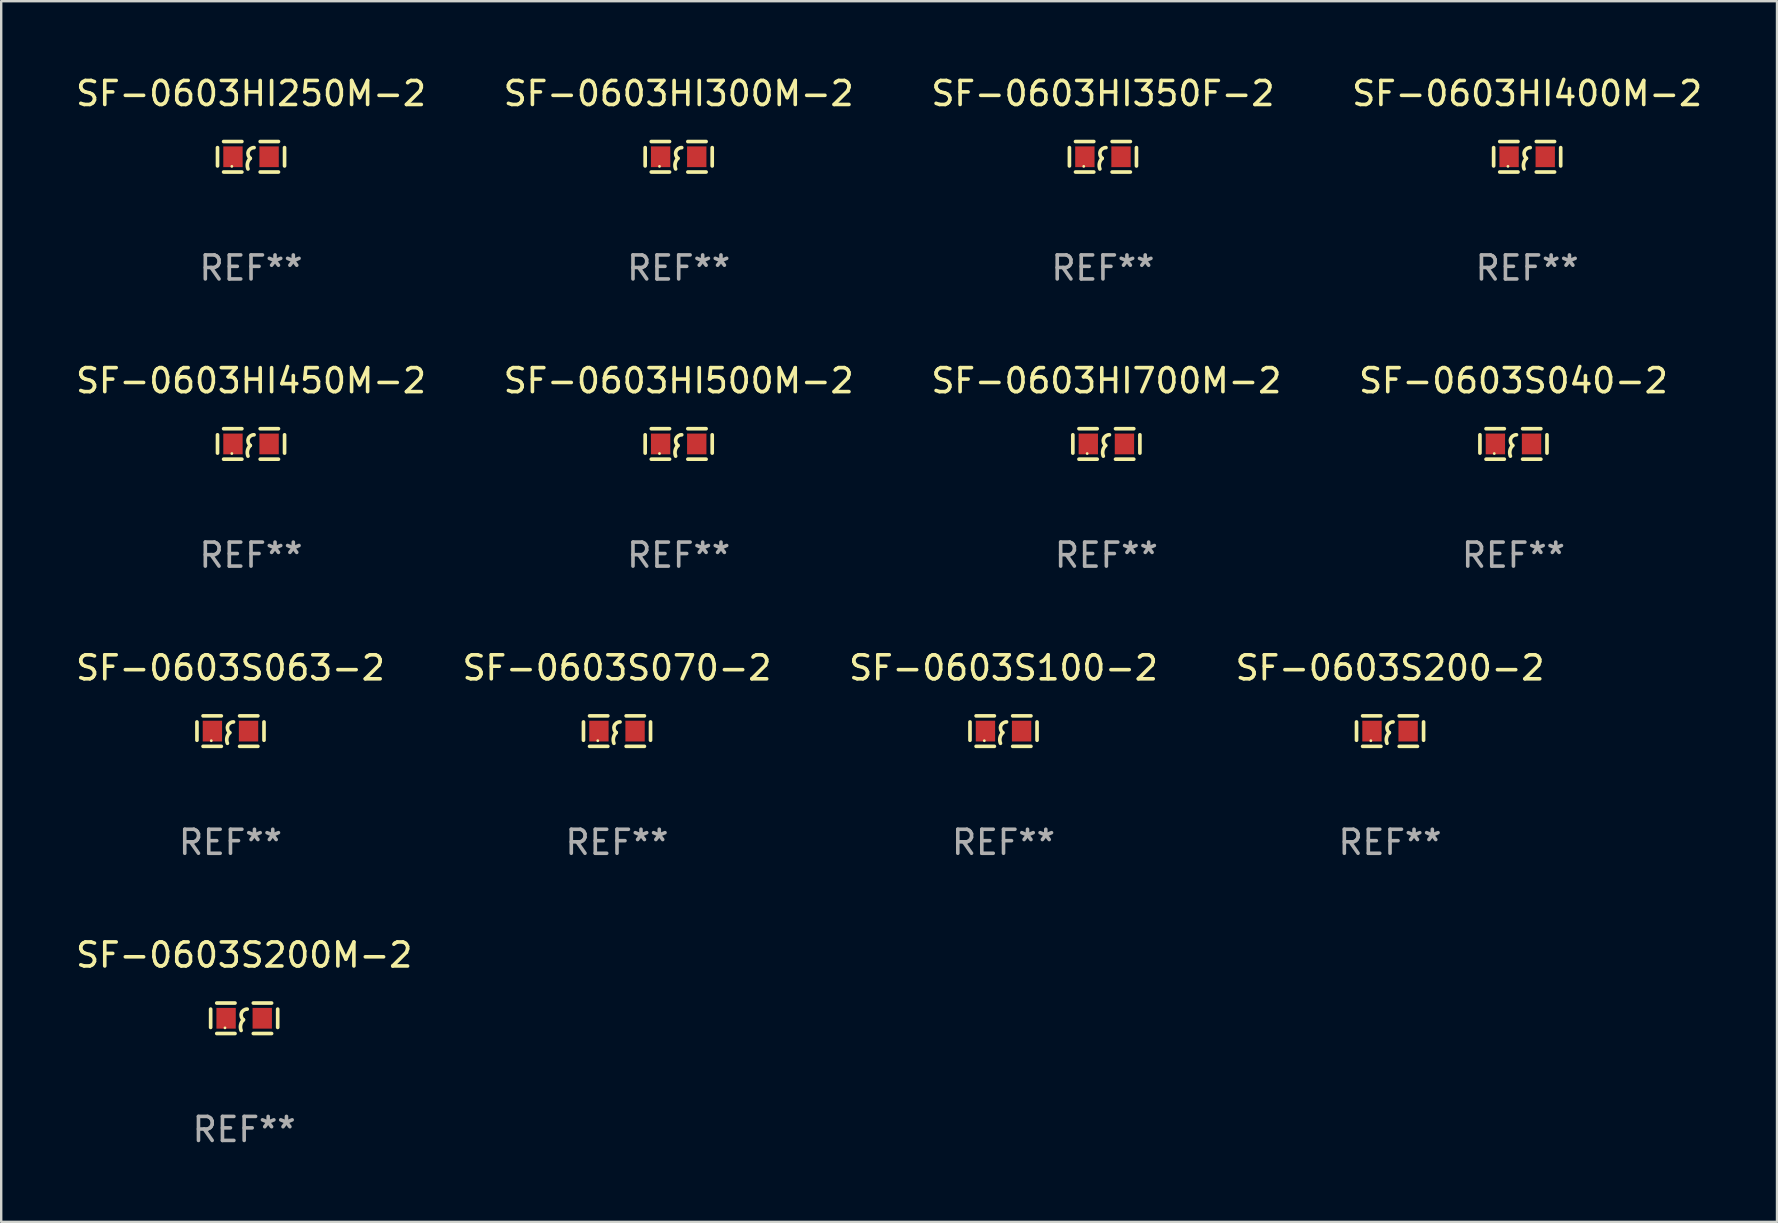
<source format=kicad_pcb>
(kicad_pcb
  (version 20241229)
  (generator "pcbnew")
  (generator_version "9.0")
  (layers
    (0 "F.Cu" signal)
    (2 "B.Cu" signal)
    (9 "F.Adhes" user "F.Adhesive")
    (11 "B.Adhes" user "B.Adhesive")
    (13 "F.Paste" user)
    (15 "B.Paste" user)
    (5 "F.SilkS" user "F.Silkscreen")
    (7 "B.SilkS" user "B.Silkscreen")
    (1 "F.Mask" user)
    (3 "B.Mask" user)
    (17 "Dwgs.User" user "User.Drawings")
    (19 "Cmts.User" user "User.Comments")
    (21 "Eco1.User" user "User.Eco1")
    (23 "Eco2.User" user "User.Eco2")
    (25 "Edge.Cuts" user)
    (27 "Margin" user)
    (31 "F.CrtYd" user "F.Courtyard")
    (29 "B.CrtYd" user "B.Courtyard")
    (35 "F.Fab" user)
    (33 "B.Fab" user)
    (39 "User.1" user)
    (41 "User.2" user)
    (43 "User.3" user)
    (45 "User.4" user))
  (footprint "SF-0603S100-2"
    (layer "F.Cu")
    (at 38.768 27.416)
    (property "Reference" "SF-0603S100-2" (at 0 -2.635 0) (layer "F.SilkS") (effects (font (size 1 1) (thickness 0.15))))
    (attr through_hole)
    (fp_line (start -1.397 -0.381) (end -1.397 0.381) (stroke (width 0.152) (type solid)) (layer "F.SilkS"))
    (fp_line (start -0.381 -0.635) (end -1.143 -0.635) (stroke (width 0.152) (type solid)) (layer "F.SilkS"))
    (fp_line (start -0.381 0.635) (end -1.143 0.635) (stroke (width 0.152) (type solid)) (layer "F.SilkS"))
    (fp_line (start 0.381 -0.635) (end 1.143 -0.635) (stroke (width 0.152) (type solid)) (layer "F.SilkS"))
    (fp_line (start 0.381 0.635) (end 1.143 0.635) (stroke (width 0.152) (type solid)) (layer "F.SilkS"))
    (fp_line (start 1.397 -0.381) (end 1.397 0.381) (stroke (width 0.152) (type solid)) (layer "F.SilkS"))
    (fp_arc (start -0.127 0.508001) (mid -0.146523 0.271131) (end -0.030861 0.0635) (stroke (width 0.151994) (type solid)) (layer "F.SilkS"))
    (fp_arc (start -0.03175 0.0635) (mid -0.113571 -0.216321) (end 0.127001 -0.381002) (stroke (width 0.151994) (type solid)) (layer "F.SilkS"))
    (fp_circle (center -0.8 0.4) (end -0.77 0.4) (stroke (width 0.06) (type solid)) (fill no) (layer "F.SilkS"))
    (fp_text user "REF**" (at 0 4.635 0) (layer "F.Fab") (effects (font (size 1 1) (thickness 0.15))))
    (pad "1" smd rect (at -0.753 0) (size 0.806 0.864) (layers "F.Cu" "F.Mask" "F.Paste"))
    (pad "2" smd rect (at 0.753 0) (size 0.806 0.864) (layers "F.Cu" "F.Mask" "F.Paste")))
  (footprint "SF-0603HI350F-2"
    (layer "F.Cu")
    (at 42.911 3.483)
    (property "Reference" "SF-0603HI350F-2" (at 0 -2.635 0) (layer "F.SilkS") (effects (font (size 1 1) (thickness 0.15))))
    (attr through_hole)
    (fp_line (start -1.397 -0.381) (end -1.397 0.381) (stroke (width 0.152) (type solid)) (layer "F.SilkS"))
    (fp_line (start -0.381 -0.635) (end -1.143 -0.635) (stroke (width 0.152) (type solid)) (layer "F.SilkS"))
    (fp_line (start -0.381 0.635) (end -1.143 0.635) (stroke (width 0.152) (type solid)) (layer "F.SilkS"))
    (fp_line (start 0.381 -0.635) (end 1.143 -0.635) (stroke (width 0.152) (type solid)) (layer "F.SilkS"))
    (fp_line (start 0.381 0.635) (end 1.143 0.635) (stroke (width 0.152) (type solid)) (layer "F.SilkS"))
    (fp_line (start 1.397 -0.381) (end 1.397 0.381) (stroke (width 0.152) (type solid)) (layer "F.SilkS"))
    (fp_arc (start -0.127 0.508001) (mid -0.146523 0.271131) (end -0.030861 0.0635) (stroke (width 0.151994) (type solid)) (layer "F.SilkS"))
    (fp_arc (start -0.03175 0.0635) (mid -0.113571 -0.216321) (end 0.127001 -0.381002) (stroke (width 0.151994) (type solid)) (layer "F.SilkS"))
    (fp_circle (center -0.8 0.4) (end -0.77 0.4) (stroke (width 0.06) (type solid)) (fill no) (layer "F.SilkS"))
    (fp_text user "REF**" (at 0 4.635 0) (layer "F.Fab") (effects (font (size 1 1) (thickness 0.15))))
    (pad "1" smd rect (at -0.753 0) (size 0.806 0.864) (layers "F.Cu" "F.Mask" "F.Paste"))
    (pad "2" smd rect (at 0.753 0) (size 0.806 0.864) (layers "F.Cu" "F.Mask" "F.Paste")))
  (footprint "SF-0603HI500M-2"
    (layer "F.Cu")
    (at 25.232 15.45)
    (property "Reference" "SF-0603HI500M-2" (at 0 -2.635 0) (layer "F.SilkS") (effects (font (size 1 1) (thickness 0.15))))
    (attr through_hole)
    (fp_line (start -1.397 -0.381) (end -1.397 0.381) (stroke (width 0.152) (type solid)) (layer "F.SilkS"))
    (fp_line (start -0.381 -0.635) (end -1.143 -0.635) (stroke (width 0.152) (type solid)) (layer "F.SilkS"))
    (fp_line (start -0.381 0.635) (end -1.143 0.635) (stroke (width 0.152) (type solid)) (layer "F.SilkS"))
    (fp_line (start 0.381 -0.635) (end 1.143 -0.635) (stroke (width 0.152) (type solid)) (layer "F.SilkS"))
    (fp_line (start 0.381 0.635) (end 1.143 0.635) (stroke (width 0.152) (type solid)) (layer "F.SilkS"))
    (fp_line (start 1.397 -0.381) (end 1.397 0.381) (stroke (width 0.152) (type solid)) (layer "F.SilkS"))
    (fp_arc (start -0.127 0.508001) (mid -0.146523 0.271131) (end -0.030861 0.0635) (stroke (width 0.151994) (type solid)) (layer "F.SilkS"))
    (fp_arc (start -0.03175 0.0635) (mid -0.113571 -0.216321) (end 0.127001 -0.381002) (stroke (width 0.151994) (type solid)) (layer "F.SilkS"))
    (fp_circle (center -0.8 0.4) (end -0.77 0.4) (stroke (width 0.06) (type solid)) (fill no) (layer "F.SilkS"))
    (fp_text user "REF**" (at 0 4.635 0) (layer "F.Fab") (effects (font (size 1 1) (thickness 0.15))))
    (pad "1" smd rect (at -0.753 0) (size 0.806 0.864) (layers "F.Cu" "F.Mask" "F.Paste"))
    (pad "2" smd rect (at 0.753 0) (size 0.806 0.864) (layers "F.Cu" "F.Mask" "F.Paste")))
  (footprint "SF-0603HI300M-2"
    (layer "F.Cu")
    (at 25.232 3.483)
    (property "Reference" "SF-0603HI300M-2" (at 0 -2.635 0) (layer "F.SilkS") (effects (font (size 1 1) (thickness 0.15))))
    (attr through_hole)
    (fp_line (start -1.397 -0.381) (end -1.397 0.381) (stroke (width 0.152) (type solid)) (layer "F.SilkS"))
    (fp_line (start -0.381 -0.635) (end -1.143 -0.635) (stroke (width 0.152) (type solid)) (layer "F.SilkS"))
    (fp_line (start -0.381 0.635) (end -1.143 0.635) (stroke (width 0.152) (type solid)) (layer "F.SilkS"))
    (fp_line (start 0.381 -0.635) (end 1.143 -0.635) (stroke (width 0.152) (type solid)) (layer "F.SilkS"))
    (fp_line (start 0.381 0.635) (end 1.143 0.635) (stroke (width 0.152) (type solid)) (layer "F.SilkS"))
    (fp_line (start 1.397 -0.381) (end 1.397 0.381) (stroke (width 0.152) (type solid)) (layer "F.SilkS"))
    (fp_arc (start -0.127 0.508001) (mid -0.146523 0.271131) (end -0.030861 0.0635) (stroke (width 0.151994) (type solid)) (layer "F.SilkS"))
    (fp_arc (start -0.03175 0.0635) (mid -0.113571 -0.216321) (end 0.127001 -0.381002) (stroke (width 0.151994) (type solid)) (layer "F.SilkS"))
    (fp_circle (center -0.8 0.4) (end -0.77 0.4) (stroke (width 0.06) (type solid)) (fill no) (layer "F.SilkS"))
    (fp_text user "REF**" (at 0 4.635 0) (layer "F.Fab") (effects (font (size 1 1) (thickness 0.15))))
    (pad "1" smd rect (at -0.753 0) (size 0.806 0.864) (layers "F.Cu" "F.Mask" "F.Paste"))
    (pad "2" smd rect (at 0.753 0) (size 0.806 0.864) (layers "F.Cu" "F.Mask" "F.Paste")))
  (footprint "SF-0603HI450M-2"
    (layer "F.Cu")
    (at 7.411 15.45)
    (property "Reference" "SF-0603HI450M-2" (at 0 -2.635 0) (layer "F.SilkS") (effects (font (size 1 1) (thickness 0.15))))
    (attr through_hole)
    (fp_line (start -1.397 -0.381) (end -1.397 0.381) (stroke (width 0.152) (type solid)) (layer "F.SilkS"))
    (fp_line (start -0.381 -0.635) (end -1.143 -0.635) (stroke (width 0.152) (type solid)) (layer "F.SilkS"))
    (fp_line (start -0.381 0.635) (end -1.143 0.635) (stroke (width 0.152) (type solid)) (layer "F.SilkS"))
    (fp_line (start 0.381 -0.635) (end 1.143 -0.635) (stroke (width 0.152) (type solid)) (layer "F.SilkS"))
    (fp_line (start 0.381 0.635) (end 1.143 0.635) (stroke (width 0.152) (type solid)) (layer "F.SilkS"))
    (fp_line (start 1.397 -0.381) (end 1.397 0.381) (stroke (width 0.152) (type solid)) (layer "F.SilkS"))
    (fp_arc (start -0.127 0.508001) (mid -0.146523 0.271131) (end -0.030861 0.0635) (stroke (width 0.151994) (type solid)) (layer "F.SilkS"))
    (fp_arc (start -0.03175 0.0635) (mid -0.113571 -0.216321) (end 0.127001 -0.381002) (stroke (width 0.151994) (type solid)) (layer "F.SilkS"))
    (fp_circle (center -0.8 0.4) (end -0.77 0.4) (stroke (width 0.06) (type solid)) (fill no) (layer "F.SilkS"))
    (fp_text user "REF**" (at 0 4.635 0) (layer "F.Fab") (effects (font (size 1 1) (thickness 0.15))))
    (pad "1" smd rect (at -0.753 0) (size 0.806 0.864) (layers "F.Cu" "F.Mask" "F.Paste"))
    (pad "2" smd rect (at 0.753 0) (size 0.806 0.864) (layers "F.Cu" "F.Mask" "F.Paste")))
  (footprint "SF-0603S063-2"
    (layer "F.Cu")
    (at 6.554 27.416)
    (property "Reference" "SF-0603S063-2" (at 0 -2.635 0) (layer "F.SilkS") (effects (font (size 1 1) (thickness 0.15))))
    (attr through_hole)
    (fp_line (start -1.397 -0.381) (end -1.397 0.381) (stroke (width 0.152) (type solid)) (layer "F.SilkS"))
    (fp_line (start -0.381 -0.635) (end -1.143 -0.635) (stroke (width 0.152) (type solid)) (layer "F.SilkS"))
    (fp_line (start -0.381 0.635) (end -1.143 0.635) (stroke (width 0.152) (type solid)) (layer "F.SilkS"))
    (fp_line (start 0.381 -0.635) (end 1.143 -0.635) (stroke (width 0.152) (type solid)) (layer "F.SilkS"))
    (fp_line (start 0.381 0.635) (end 1.143 0.635) (stroke (width 0.152) (type solid)) (layer "F.SilkS"))
    (fp_line (start 1.397 -0.381) (end 1.397 0.381) (stroke (width 0.152) (type solid)) (layer "F.SilkS"))
    (fp_arc (start -0.127 0.508001) (mid -0.146523 0.271131) (end -0.030861 0.0635) (stroke (width 0.151994) (type solid)) (layer "F.SilkS"))
    (fp_arc (start -0.03175 0.0635) (mid -0.113571 -0.216321) (end 0.127001 -0.381002) (stroke (width 0.151994) (type solid)) (layer "F.SilkS"))
    (fp_circle (center -0.8 0.4) (end -0.77 0.4) (stroke (width 0.06) (type solid)) (fill no) (layer "F.SilkS"))
    (fp_text user "REF**" (at 0 4.635 0) (layer "F.Fab") (effects (font (size 1 1) (thickness 0.15))))
    (pad "1" smd rect (at -0.753 0) (size 0.806 0.864) (layers "F.Cu" "F.Mask" "F.Paste"))
    (pad "2" smd rect (at 0.753 0) (size 0.806 0.864) (layers "F.Cu" "F.Mask" "F.Paste")))
  (footprint "SF-0603S200M-2"
    (layer "F.Cu")
    (at 7.125 39.383)
    (property "Reference" "SF-0603S200M-2" (at 0 -2.635 0) (layer "F.SilkS") (effects (font (size 1 1) (thickness 0.15))))
    (attr through_hole)
    (fp_line (start -1.397 -0.381) (end -1.397 0.381) (stroke (width 0.152) (type solid)) (layer "F.SilkS"))
    (fp_line (start -0.381 -0.635) (end -1.143 -0.635) (stroke (width 0.152) (type solid)) (layer "F.SilkS"))
    (fp_line (start -0.381 0.635) (end -1.143 0.635) (stroke (width 0.152) (type solid)) (layer "F.SilkS"))
    (fp_line (start 0.381 -0.635) (end 1.143 -0.635) (stroke (width 0.152) (type solid)) (layer "F.SilkS"))
    (fp_line (start 0.381 0.635) (end 1.143 0.635) (stroke (width 0.152) (type solid)) (layer "F.SilkS"))
    (fp_line (start 1.397 -0.381) (end 1.397 0.381) (stroke (width 0.152) (type solid)) (layer "F.SilkS"))
    (fp_arc (start -0.127 0.508001) (mid -0.146523 0.271131) (end -0.030861 0.0635) (stroke (width 0.151994) (type solid)) (layer "F.SilkS"))
    (fp_arc (start -0.03175 0.0635) (mid -0.113571 -0.216321) (end 0.127001 -0.381002) (stroke (width 0.151994) (type solid)) (layer "F.SilkS"))
    (fp_circle (center -0.8 0.4) (end -0.77 0.4) (stroke (width 0.06) (type solid)) (fill no) (layer "F.SilkS"))
    (fp_text user "REF**" (at 0 4.635 0) (layer "F.Fab") (effects (font (size 1 1) (thickness 0.15))))
    (pad "1" smd rect (at -0.753 0) (size 0.806 0.864) (layers "F.Cu" "F.Mask" "F.Paste"))
    (pad "2" smd rect (at 0.753 0) (size 0.806 0.864) (layers "F.Cu" "F.Mask" "F.Paste")))
  (footprint "SF-0603HI250M-2"
    (layer "F.Cu")
    (at 7.411 3.483)
    (property "Reference" "SF-0603HI250M-2" (at 0 -2.635 0) (layer "F.SilkS") (effects (font (size 1 1) (thickness 0.15))))
    (attr through_hole)
    (fp_line (start -1.397 -0.381) (end -1.397 0.381) (stroke (width 0.152) (type solid)) (layer "F.SilkS"))
    (fp_line (start -0.381 -0.635) (end -1.143 -0.635) (stroke (width 0.152) (type solid)) (layer "F.SilkS"))
    (fp_line (start -0.381 0.635) (end -1.143 0.635) (stroke (width 0.152) (type solid)) (layer "F.SilkS"))
    (fp_line (start 0.381 -0.635) (end 1.143 -0.635) (stroke (width 0.152) (type solid)) (layer "F.SilkS"))
    (fp_line (start 0.381 0.635) (end 1.143 0.635) (stroke (width 0.152) (type solid)) (layer "F.SilkS"))
    (fp_line (start 1.397 -0.381) (end 1.397 0.381) (stroke (width 0.152) (type solid)) (layer "F.SilkS"))
    (fp_arc (start -0.127 0.508001) (mid -0.146523 0.271131) (end -0.030861 0.0635) (stroke (width 0.151994) (type solid)) (layer "F.SilkS"))
    (fp_arc (start -0.03175 0.0635) (mid -0.113571 -0.216321) (end 0.127001 -0.381002) (stroke (width 0.151994) (type solid)) (layer "F.SilkS"))
    (fp_circle (center -0.8 0.4) (end -0.77 0.4) (stroke (width 0.06) (type solid)) (fill no) (layer "F.SilkS"))
    (fp_text user "REF**" (at 0 4.635 0) (layer "F.Fab") (effects (font (size 1 1) (thickness 0.15))))
    (pad "1" smd rect (at -0.753 0) (size 0.806 0.864) (layers "F.Cu" "F.Mask" "F.Paste"))
    (pad "2" smd rect (at 0.753 0) (size 0.806 0.864) (layers "F.Cu" "F.Mask" "F.Paste")))
  (footprint "SF-0603S200-2"
    (layer "F.Cu")
    (at 54.875 27.416)
    (property "Reference" "SF-0603S200-2" (at 0 -2.635 0) (layer "F.SilkS") (effects (font (size 1 1) (thickness 0.15))))
    (attr through_hole)
    (fp_line (start -1.397 -0.381) (end -1.397 0.381) (stroke (width 0.152) (type solid)) (layer "F.SilkS"))
    (fp_line (start -0.381 -0.635) (end -1.143 -0.635) (stroke (width 0.152) (type solid)) (layer "F.SilkS"))
    (fp_line (start -0.381 0.635) (end -1.143 0.635) (stroke (width 0.152) (type solid)) (layer "F.SilkS"))
    (fp_line (start 0.381 -0.635) (end 1.143 -0.635) (stroke (width 0.152) (type solid)) (layer "F.SilkS"))
    (fp_line (start 0.381 0.635) (end 1.143 0.635) (stroke (width 0.152) (type solid)) (layer "F.SilkS"))
    (fp_line (start 1.397 -0.381) (end 1.397 0.381) (stroke (width 0.152) (type solid)) (layer "F.SilkS"))
    (fp_arc (start -0.127 0.508001) (mid -0.146523 0.271131) (end -0.030861 0.0635) (stroke (width 0.151994) (type solid)) (layer "F.SilkS"))
    (fp_arc (start -0.03175 0.0635) (mid -0.113571 -0.216321) (end 0.127001 -0.381002) (stroke (width 0.151994) (type solid)) (layer "F.SilkS"))
    (fp_circle (center -0.8 0.4) (end -0.77 0.4) (stroke (width 0.06) (type solid)) (fill no) (layer "F.SilkS"))
    (fp_text user "REF**" (at 0 4.635 0) (layer "F.Fab") (effects (font (size 1 1) (thickness 0.15))))
    (pad "1" smd rect (at -0.753 0) (size 0.806 0.864) (layers "F.Cu" "F.Mask" "F.Paste"))
    (pad "2" smd rect (at 0.753 0) (size 0.806 0.864) (layers "F.Cu" "F.Mask" "F.Paste")))
  (footprint "SF-0603S070-2"
    (layer "F.Cu")
    (at 22.661 27.416)
    (property "Reference" "SF-0603S070-2" (at 0 -2.635 0) (layer "F.SilkS") (effects (font (size 1 1) (thickness 0.15))))
    (attr through_hole)
    (fp_line (start -1.397 -0.381) (end -1.397 0.381) (stroke (width 0.152) (type solid)) (layer "F.SilkS"))
    (fp_line (start -0.381 -0.635) (end -1.143 -0.635) (stroke (width 0.152) (type solid)) (layer "F.SilkS"))
    (fp_line (start -0.381 0.635) (end -1.143 0.635) (stroke (width 0.152) (type solid)) (layer "F.SilkS"))
    (fp_line (start 0.381 -0.635) (end 1.143 -0.635) (stroke (width 0.152) (type solid)) (layer "F.SilkS"))
    (fp_line (start 0.381 0.635) (end 1.143 0.635) (stroke (width 0.152) (type solid)) (layer "F.SilkS"))
    (fp_line (start 1.397 -0.381) (end 1.397 0.381) (stroke (width 0.152) (type solid)) (layer "F.SilkS"))
    (fp_arc (start -0.127 0.508001) (mid -0.146523 0.271131) (end -0.030861 0.0635) (stroke (width 0.151994) (type solid)) (layer "F.SilkS"))
    (fp_arc (start -0.03175 0.0635) (mid -0.113571 -0.216321) (end 0.127001 -0.381002) (stroke (width 0.151994) (type solid)) (layer "F.SilkS"))
    (fp_circle (center -0.8 0.4) (end -0.77 0.4) (stroke (width 0.06) (type solid)) (fill no) (layer "F.SilkS"))
    (fp_text user "REF**" (at 0 4.635 0) (layer "F.Fab") (effects (font (size 1 1) (thickness 0.15))))
    (pad "1" smd rect (at -0.753 0) (size 0.806 0.864) (layers "F.Cu" "F.Mask" "F.Paste"))
    (pad "2" smd rect (at 0.753 0) (size 0.806 0.864) (layers "F.Cu" "F.Mask" "F.Paste")))
  (footprint "SF-0603HI700M-2"
    (layer "F.Cu")
    (at 43.054 15.45)
    (property "Reference" "SF-0603HI700M-2" (at 0 -2.635 0) (layer "F.SilkS") (effects (font (size 1 1) (thickness 0.15))))
    (attr through_hole)
    (fp_line (start -1.397 -0.381) (end -1.397 0.381) (stroke (width 0.152) (type solid)) (layer "F.SilkS"))
    (fp_line (start -0.381 -0.635) (end -1.143 -0.635) (stroke (width 0.152) (type solid)) (layer "F.SilkS"))
    (fp_line (start -0.381 0.635) (end -1.143 0.635) (stroke (width 0.152) (type solid)) (layer "F.SilkS"))
    (fp_line (start 0.381 -0.635) (end 1.143 -0.635) (stroke (width 0.152) (type solid)) (layer "F.SilkS"))
    (fp_line (start 0.381 0.635) (end 1.143 0.635) (stroke (width 0.152) (type solid)) (layer "F.SilkS"))
    (fp_line (start 1.397 -0.381) (end 1.397 0.381) (stroke (width 0.152) (type solid)) (layer "F.SilkS"))
    (fp_arc (start -0.127 0.508001) (mid -0.146523 0.271131) (end -0.030861 0.0635) (stroke (width 0.151994) (type solid)) (layer "F.SilkS"))
    (fp_arc (start -0.03175 0.0635) (mid -0.113571 -0.216321) (end 0.127001 -0.381002) (stroke (width 0.151994) (type solid)) (layer "F.SilkS"))
    (fp_circle (center -0.8 0.4) (end -0.77 0.4) (stroke (width 0.06) (type solid)) (fill no) (layer "F.SilkS"))
    (fp_text user "REF**" (at 0 4.635 0) (layer "F.Fab") (effects (font (size 1 1) (thickness 0.15))))
    (pad "1" smd rect (at -0.753 0) (size 0.806 0.864) (layers "F.Cu" "F.Mask" "F.Paste"))
    (pad "2" smd rect (at 0.753 0) (size 0.806 0.864) (layers "F.Cu" "F.Mask" "F.Paste")))
  (footprint "SF-0603S040-2"
    (layer "F.Cu")
    (at 60.018 15.45)
    (property "Reference" "SF-0603S040-2" (at 0 -2.635 0) (layer "F.SilkS") (effects (font (size 1 1) (thickness 0.15))))
    (attr through_hole)
    (fp_line (start -1.397 -0.381) (end -1.397 0.381) (stroke (width 0.152) (type solid)) (layer "F.SilkS"))
    (fp_line (start -0.381 -0.635) (end -1.143 -0.635) (stroke (width 0.152) (type solid)) (layer "F.SilkS"))
    (fp_line (start -0.381 0.635) (end -1.143 0.635) (stroke (width 0.152) (type solid)) (layer "F.SilkS"))
    (fp_line (start 0.381 -0.635) (end 1.143 -0.635) (stroke (width 0.152) (type solid)) (layer "F.SilkS"))
    (fp_line (start 0.381 0.635) (end 1.143 0.635) (stroke (width 0.152) (type solid)) (layer "F.SilkS"))
    (fp_line (start 1.397 -0.381) (end 1.397 0.381) (stroke (width 0.152) (type solid)) (layer "F.SilkS"))
    (fp_arc (start -0.127 0.508001) (mid -0.146523 0.271131) (end -0.030861 0.0635) (stroke (width 0.151994) (type solid)) (layer "F.SilkS"))
    (fp_arc (start -0.03175 0.0635) (mid -0.113571 -0.216321) (end 0.127001 -0.381002) (stroke (width 0.151994) (type solid)) (layer "F.SilkS"))
    (fp_circle (center -0.8 0.4) (end -0.77 0.4) (stroke (width 0.06) (type solid)) (fill no) (layer "F.SilkS"))
    (fp_text user "REF**" (at 0 4.635 0) (layer "F.Fab") (effects (font (size 1 1) (thickness 0.15))))
    (pad "1" smd rect (at -0.753 0) (size 0.806 0.864) (layers "F.Cu" "F.Mask" "F.Paste"))
    (pad "2" smd rect (at 0.753 0) (size 0.806 0.864) (layers "F.Cu" "F.Mask" "F.Paste")))
  (footprint "SF-0603HI400M-2"
    (layer "F.Cu")
    (at 60.589 3.483)
    (property "Reference" "SF-0603HI400M-2" (at 0 -2.635 0) (layer "F.SilkS") (effects (font (size 1 1) (thickness 0.15))))
    (attr through_hole)
    (fp_line (start -1.397 -0.381) (end -1.397 0.381) (stroke (width 0.152) (type solid)) (layer "F.SilkS"))
    (fp_line (start -0.381 -0.635) (end -1.143 -0.635) (stroke (width 0.152) (type solid)) (layer "F.SilkS"))
    (fp_line (start -0.381 0.635) (end -1.143 0.635) (stroke (width 0.152) (type solid)) (layer "F.SilkS"))
    (fp_line (start 0.381 -0.635) (end 1.143 -0.635) (stroke (width 0.152) (type solid)) (layer "F.SilkS"))
    (fp_line (start 0.381 0.635) (end 1.143 0.635) (stroke (width 0.152) (type solid)) (layer "F.SilkS"))
    (fp_line (start 1.397 -0.381) (end 1.397 0.381) (stroke (width 0.152) (type solid)) (layer "F.SilkS"))
    (fp_arc (start -0.127 0.508001) (mid -0.146523 0.271131) (end -0.030861 0.0635) (stroke (width 0.151994) (type solid)) (layer "F.SilkS"))
    (fp_arc (start -0.03175 0.0635) (mid -0.113571 -0.216321) (end 0.127001 -0.381002) (stroke (width 0.151994) (type solid)) (layer "F.SilkS"))
    (fp_circle (center -0.8 0.4) (end -0.77 0.4) (stroke (width 0.06) (type solid)) (fill no) (layer "F.SilkS"))
    (fp_text user "REF**" (at 0 4.635 0) (layer "F.Fab") (effects (font (size 1 1) (thickness 0.15))))
    (pad "1" smd rect (at -0.753 0) (size 0.806 0.864) (layers "F.Cu" "F.Mask" "F.Paste"))
    (pad "2" smd rect (at 0.753 0) (size 0.806 0.864) (layers "F.Cu" "F.Mask" "F.Paste")))
  (gr_rect
    (start -3 -3)
    (end 71 47.866)
    (stroke (width 0.1) (type default))
    (fill no)
    (layer "Edge.Cuts")))
</source>
